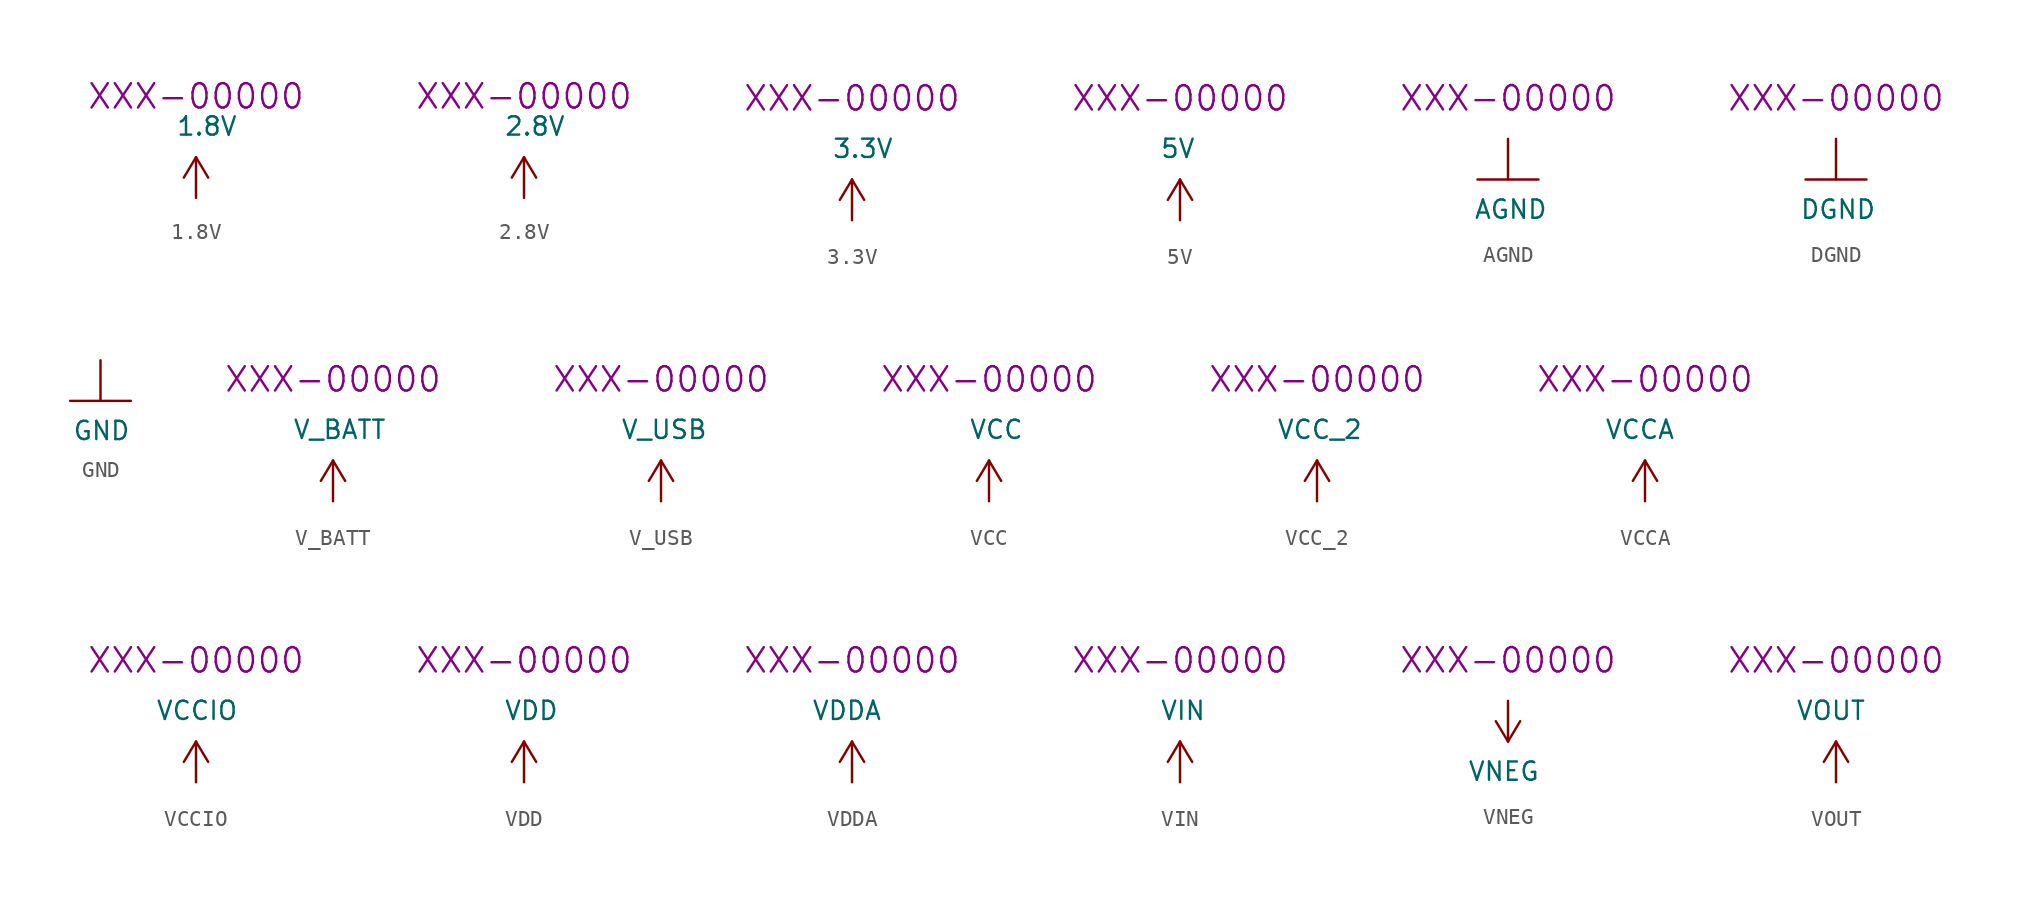
<source format=kicad_sym>
(kicad_symbol_lib
  (version 20201005)
  (generator kicad_symbol_editor)
  (symbol "1.8V"
    (power)
    (pin_numbers hide)
    (pin_names
      (offset 1.016) hide)
    (property "Reference" "#SUPPLY"
      (at 1.27 0 0)
      (effects (font (size 1.143 1.143)) (justify left bottom) hide))
    (property "Value" "1.8V"
      (at -1.27 3.81 0)
      (effects (font (size 1.143 1.143)) (justify left bottom)))
    (property "Footprint" "XXX-00000"
      (at 0 6.35 0)
      (effects (font (size 1.524 1.524))))
    (property "ki_locked" ""
      (at 0 0 0)
      (effects (font (size 1.27 1.27))))
    (symbol "1.8V_1_0"
      (polyline (pts (xy 0 0) (xy 0 2.54)) (stroke (width 0)) (fill (type none)))
      (polyline (pts (xy 0 2.54) (xy -0.762 1.27)) (stroke (width 0)) (fill (type none)))
      (polyline (pts (xy 0.762 1.27) (xy 0 2.54)) (stroke (width 0)) (fill (type none))))
    (symbol "1.8V_1_1"
      (pin power_in line (at 0 0 90) (length 0) hide (name "1.8V" (effects (font (size 1.016 1.016)))) (number "~" (effects (font (size 1.016 1.016)))))))
  (symbol "2.8V"
    (power)
    (pin_numbers hide)
    (pin_names
      (offset 1.016) hide)
    (property "Reference" "#SUPPLY"
      (at 1.27 0 0)
      (effects (font (size 1.143 1.143)) (justify left bottom) hide))
    (property "Value" "2.8V"
      (at -1.27 3.81 0)
      (effects (font (size 1.143 1.143)) (justify left bottom)))
    (property "Footprint" "XXX-00000"
      (at 0 6.35 0)
      (effects (font (size 1.524 1.524))))
    (property "ki_locked" ""
      (at 0 0 0)
      (effects (font (size 1.27 1.27))))
    (symbol "2.8V_1_0"
      (polyline (pts (xy 0 0) (xy 0 2.54)) (stroke (width 0)) (fill (type none)))
      (polyline (pts (xy 0 2.54) (xy -0.762 1.27)) (stroke (width 0)) (fill (type none)))
      (polyline (pts (xy 0.762 1.27) (xy 0 2.54)) (stroke (width 0)) (fill (type none))))
    (symbol "2.8V_1_1"
      (pin power_in line (at 0 0 90) (length 0) hide (name "2.8V" (effects (font (size 1.016 1.016)))) (number "~" (effects (font (size 1.016 1.016)))))))
  (symbol "3.3V"
    (power)
    (pin_numbers hide)
    (pin_names
      (offset 1.016) hide)
    (property "Reference" "#SUPPLY"
      (at 1.27 0 0)
      (effects (font (size 1.143 1.143)) (justify left bottom) hide))
    (property "Value" "3.3V"
      (at -1.27 3.81 0)
      (effects (font (size 1.143 1.143)) (justify left bottom)))
    (property "Footprint" "XXX-00000"
      (at 0 7.62 0)
      (effects (font (size 1.524 1.524))))
    (property "ki_locked" ""
      (at 0 0 0)
      (effects (font (size 1.27 1.27))))
    (symbol "3.3V_1_0"
      (polyline (pts (xy 0 0) (xy 0 2.54)) (stroke (width 0)) (fill (type none)))
      (polyline (pts (xy 0 2.54) (xy -0.762 1.27)) (stroke (width 0)) (fill (type none)))
      (polyline (pts (xy 0.762 1.27) (xy 0 2.54)) (stroke (width 0)) (fill (type none))))
    (symbol "3.3V_1_1"
      (pin power_in line (at 0 0 90) (length 0) hide (name "3.3V" (effects (font (size 1.016 1.016)))) (number "~" (effects (font (size 1.016 1.016)))))))
  (symbol "5V"
    (power)
    (pin_numbers hide)
    (pin_names
      (offset 1.016) hide)
    (property "Reference" "#SUPPLY"
      (at 1.27 0 0)
      (effects (font (size 1.143 1.143)) (justify left bottom) hide))
    (property "Value" "5V"
      (at -1.27 3.81 0)
      (effects (font (size 1.143 1.143)) (justify left bottom)))
    (property "Footprint" "XXX-00000"
      (at 0 7.62 0)
      (effects (font (size 1.524 1.524))))
    (property "ki_locked" ""
      (at 0 0 0)
      (effects (font (size 1.27 1.27))))
    (symbol "5V_1_0"
      (polyline (pts (xy 0 0) (xy 0 2.54)) (stroke (width 0)) (fill (type none)))
      (polyline (pts (xy 0 2.54) (xy -0.762 1.27)) (stroke (width 0)) (fill (type none)))
      (polyline (pts (xy 0.762 1.27) (xy 0 2.54)) (stroke (width 0)) (fill (type none))))
    (symbol "5V_1_1"
      (pin power_in line (at 0 0 90) (length 0) hide (name "5V" (effects (font (size 1.016 1.016)))) (number "~" (effects (font (size 1.016 1.016)))))))
  (symbol "AGND"
    (power)
    (pin_numbers hide)
    (pin_names
      (offset 1.016) hide)
    (property "Reference" "#M"
      (at 1.27 -1.27 0)
      (effects (font (size 1.143 1.143)) (justify left bottom) hide))
    (property "Value" "AGND"
      (at -2.159 -5.08 0)
      (effects (font (size 1.143 1.143)) (justify left bottom)))
    (property "Footprint" "XXX-00000"
      (at 0 2.54 0)
      (effects (font (size 1.524 1.524))))
    (property "ki_locked" ""
      (at 0 0 0)
      (effects (font (size 1.27 1.27))))
    (symbol "AGND_1_0"
      (polyline (pts (xy -1.905 -2.54) (xy 1.905 -2.54)) (stroke (width 0)) (fill (type none)))
      (polyline (pts (xy 0 0) (xy 0 -2.54)) (stroke (width 0)) (fill (type none))))
    (symbol "AGND_1_1"
      (pin power_in line (at 0 0 270) (length 0) hide (name "AGND" (effects (font (size 1.016 1.016)))) (number "~" (effects (font (size 1.016 1.016)))))))
  (symbol "DGND"
    (power)
    (pin_numbers hide)
    (pin_names
      (offset 1.016) hide)
    (property "Reference" "#GND"
      (at 1.27 -1.27 0)
      (effects (font (size 1.143 1.143)) (justify left bottom) hide))
    (property "Value" "DGND"
      (at -2.286 -5.08 0)
      (effects (font (size 1.143 1.143)) (justify left bottom)))
    (property "Footprint" "XXX-00000"
      (at 0 2.54 0)
      (effects (font (size 1.524 1.524))))
    (property "ki_locked" ""
      (at 0 0 0)
      (effects (font (size 1.27 1.27))))
    (symbol "DGND_1_0"
      (polyline (pts (xy -1.905 -2.54) (xy 1.905 -2.54)) (stroke (width 0)) (fill (type none)))
      (polyline (pts (xy 0 0) (xy 0 -2.54)) (stroke (width 0)) (fill (type none))))
    (symbol "DGND_1_1"
      (pin power_in line (at 0 0 270) (length 0) hide (name "GND" (effects (font (size 1.016 1.016)))) (number "~" (effects (font (size 1.016 1.016)))))))
  (symbol "GND"
    (power)
    (pin_numbers hide)
    (pin_names
      (offset 1.016) hide)
    (property "Reference" "#GND"
      (at 1.27 -1.27 0)
      (effects (font (size 1.143 1.143)) (justify left bottom) hide))
    (property "Value" "GND"
      (at -1.778 -5.08 0)
      (effects (font (size 1.143 1.143)) (justify left bottom)))
    (property "ki_locked" ""
      (at 0 0 0)
      (effects (font (size 1.27 1.27))))
    (symbol "GND_1_0"
      (polyline (pts (xy -1.905 -2.54) (xy 1.905 -2.54)) (stroke (width 0)) (fill (type none)))
      (polyline (pts (xy 0 0) (xy 0 -2.54)) (stroke (width 0)) (fill (type none))))
    (symbol "GND_1_1"
      (pin power_in line (at 0 0 270) (length 0) hide (name "GND" (effects (font (size 1.016 1.016)))) (number "~" (effects (font (size 1.016 1.016)))))))
  (symbol "V_BATT"
    (power)
    (pin_numbers hide)
    (pin_names
      (offset 1.016) hide)
    (property "Reference" "#SUPPLY"
      (at 1.27 0 0)
      (effects (font (size 1.143 1.143)) (justify left bottom) hide))
    (property "Value" "V_BATT"
      (at -2.54 3.81 0)
      (effects (font (size 1.143 1.143)) (justify left bottom)))
    (property "Footprint" "XXX-00000"
      (at 0 7.62 0)
      (effects (font (size 1.524 1.524))))
    (property "ki_locked" ""
      (at 0 0 0)
      (effects (font (size 1.27 1.27))))
    (symbol "V_BATT_1_0"
      (polyline (pts (xy 0 0) (xy 0 2.54)) (stroke (width 0)) (fill (type none)))
      (polyline (pts (xy 0 2.54) (xy -0.762 1.27)) (stroke (width 0)) (fill (type none)))
      (polyline (pts (xy 0.762 1.27) (xy 0 2.54)) (stroke (width 0)) (fill (type none))))
    (symbol "V_BATT_1_1"
      (pin power_in line (at 0 0 90) (length 0) hide (name "V_BATT" (effects (font (size 1.016 1.016)))) (number "~" (effects (font (size 1.016 1.016)))))))
  (symbol "V_USB"
    (power)
    (pin_numbers hide)
    (pin_names
      (offset 1.016) hide)
    (property "Reference" "#SUPPLY"
      (at 1.27 0 0)
      (effects (font (size 1.143 1.143)) (justify left bottom) hide))
    (property "Value" "V_USB"
      (at -2.54 3.81 0)
      (effects (font (size 1.143 1.143)) (justify left bottom)))
    (property "Footprint" "XXX-00000"
      (at 0 7.62 0)
      (effects (font (size 1.524 1.524))))
    (property "ki_locked" ""
      (at 0 0 0)
      (effects (font (size 1.27 1.27))))
    (symbol "V_USB_1_0"
      (polyline (pts (xy 0 0) (xy 0 2.54)) (stroke (width 0)) (fill (type none)))
      (polyline (pts (xy 0 2.54) (xy -0.762 1.27)) (stroke (width 0)) (fill (type none)))
      (polyline (pts (xy 0.762 1.27) (xy 0 2.54)) (stroke (width 0)) (fill (type none))))
    (symbol "V_USB_1_1"
      (pin power_in line (at 0 0 90) (length 0) hide (name "V_USB" (effects (font (size 1.016 1.016)))) (number "~" (effects (font (size 1.016 1.016)))))))
  (symbol "VCC"
    (power)
    (pin_numbers hide)
    (pin_names
      (offset 1.016) hide)
    (property "Reference" "#SUPPLY"
      (at 1.27 0 0)
      (effects (font (size 1.143 1.143)) (justify left bottom) hide))
    (property "Value" "VCC"
      (at -1.27 3.81 0)
      (effects (font (size 1.143 1.143)) (justify left bottom)))
    (property "Footprint" "XXX-00000"
      (at 0 7.62 0)
      (effects (font (size 1.524 1.524))))
    (property "ki_locked" ""
      (at 0 0 0)
      (effects (font (size 1.27 1.27))))
    (symbol "VCC_1_0"
      (polyline (pts (xy 0 0) (xy 0 2.54)) (stroke (width 0)) (fill (type none)))
      (polyline (pts (xy 0 2.54) (xy -0.762 1.27)) (stroke (width 0)) (fill (type none)))
      (polyline (pts (xy 0.762 1.27) (xy 0 2.54)) (stroke (width 0)) (fill (type none))))
    (symbol "VCC_1_1"
      (pin power_in line (at 0 0 90) (length 0) hide (name "VCC" (effects (font (size 1.016 1.016)))) (number "~" (effects (font (size 1.016 1.016)))))))
  (symbol "VCC_2"
    (power)
    (pin_numbers hide)
    (pin_names
      (offset 1.016) hide)
    (property "Reference" "#SUPPLY"
      (at 1.27 0 0)
      (effects (font (size 1.143 1.143)) (justify left bottom) hide))
    (property "Value" "VCC_2"
      (at -2.54 3.81 0)
      (effects (font (size 1.143 1.143)) (justify left bottom)))
    (property "Footprint" "XXX-00000"
      (at 0 7.62 0)
      (effects (font (size 1.524 1.524))))
    (property "ki_locked" ""
      (at 0 0 0)
      (effects (font (size 1.27 1.27))))
    (symbol "VCC_2_1_0"
      (polyline (pts (xy 0 0) (xy 0 2.54)) (stroke (width 0)) (fill (type none)))
      (polyline (pts (xy 0 2.54) (xy -0.762 1.27)) (stroke (width 0)) (fill (type none)))
      (polyline (pts (xy 0.762 1.27) (xy 0 2.54)) (stroke (width 0)) (fill (type none))))
    (symbol "VCC_2_1_1"
      (pin power_in line (at 0 0 90) (length 0) hide (name "VCC_2" (effects (font (size 1.016 1.016)))) (number "~" (effects (font (size 1.016 1.016)))))))
  (symbol "VCCA"
    (power)
    (pin_numbers hide)
    (pin_names
      (offset 1.016) hide)
    (property "Reference" "#M"
      (at 1.27 0 0)
      (effects (font (size 1.143 1.143)) (justify left bottom) hide))
    (property "Value" "VCCA"
      (at -2.54 3.81 0)
      (effects (font (size 1.143 1.143)) (justify left bottom)))
    (property "Footprint" "XXX-00000"
      (at 0 7.62 0)
      (effects (font (size 1.524 1.524))))
    (property "ki_locked" ""
      (at 0 0 0)
      (effects (font (size 1.27 1.27))))
    (symbol "VCCA_1_0"
      (polyline (pts (xy 0 0) (xy 0 2.54)) (stroke (width 0)) (fill (type none)))
      (polyline (pts (xy 0 2.54) (xy -0.762 1.27)) (stroke (width 0)) (fill (type none)))
      (polyline (pts (xy 0.762 1.27) (xy 0 2.54)) (stroke (width 0)) (fill (type none))))
    (symbol "VCCA_1_1"
      (pin power_in line (at 0 0 90) (length 0) hide (name "VCCA" (effects (font (size 1.016 1.016)))) (number "~" (effects (font (size 1.016 1.016)))))))
  (symbol "VCCIO"
    (power)
    (pin_numbers hide)
    (pin_names
      (offset 1.016) hide)
    (property "Reference" "#SUPPLY"
      (at 1.27 0 0)
      (effects (font (size 1.143 1.143)) (justify left bottom) hide))
    (property "Value" "VCCIO"
      (at -2.54 3.81 0)
      (effects (font (size 1.143 1.143)) (justify left bottom)))
    (property "Footprint" "XXX-00000"
      (at 0 7.62 0)
      (effects (font (size 1.524 1.524))))
    (property "ki_locked" ""
      (at 0 0 0)
      (effects (font (size 1.27 1.27))))
    (symbol "VCCIO_1_0"
      (polyline (pts (xy 0 0) (xy 0 2.54)) (stroke (width 0)) (fill (type none)))
      (polyline (pts (xy 0 2.54) (xy -0.762 1.27)) (stroke (width 0)) (fill (type none)))
      (polyline (pts (xy 0.762 1.27) (xy 0 2.54)) (stroke (width 0)) (fill (type none))))
    (symbol "VCCIO_1_1"
      (pin power_in line (at 0 0 90) (length 0) hide (name "VCCIO" (effects (font (size 1.016 1.016)))) (number "~" (effects (font (size 1.016 1.016)))))))
  (symbol "VDD"
    (power)
    (pin_numbers hide)
    (pin_names
      (offset 1.016) hide)
    (property "Reference" "#SUPPLY"
      (at 1.27 0 0)
      (effects (font (size 1.143 1.143)) (justify left bottom) hide))
    (property "Value" "VDD"
      (at -1.27 3.81 0)
      (effects (font (size 1.143 1.143)) (justify left bottom)))
    (property "Footprint" "XXX-00000"
      (at 0 7.62 0)
      (effects (font (size 1.524 1.524))))
    (property "ki_locked" ""
      (at 0 0 0)
      (effects (font (size 1.27 1.27))))
    (symbol "VDD_1_0"
      (polyline (pts (xy 0 0) (xy 0 2.54)) (stroke (width 0)) (fill (type none)))
      (polyline (pts (xy 0 2.54) (xy -0.762 1.27)) (stroke (width 0)) (fill (type none)))
      (polyline (pts (xy 0.762 1.27) (xy 0 2.54)) (stroke (width 0)) (fill (type none))))
    (symbol "VDD_1_1"
      (pin power_in line (at 0 0 90) (length 0) hide (name "VDD" (effects (font (size 1.016 1.016)))) (number "~" (effects (font (size 1.016 1.016)))))))
  (symbol "VDDA"
    (power)
    (pin_numbers hide)
    (pin_names
      (offset 1.016) hide)
    (property "Reference" "#M"
      (at 1.27 0 0)
      (effects (font (size 1.143 1.143)) (justify left bottom) hide))
    (property "Value" "VDDA"
      (at -2.54 3.81 0)
      (effects (font (size 1.143 1.143)) (justify left bottom)))
    (property "Footprint" "XXX-00000"
      (at 0 7.62 0)
      (effects (font (size 1.524 1.524))))
    (property "ki_locked" ""
      (at 0 0 0)
      (effects (font (size 1.27 1.27))))
    (symbol "VDDA_1_0"
      (polyline (pts (xy 0 0) (xy 0 2.54)) (stroke (width 0)) (fill (type none)))
      (polyline (pts (xy 0 2.54) (xy -0.762 1.27)) (stroke (width 0)) (fill (type none)))
      (polyline (pts (xy 0.762 1.27) (xy 0 2.54)) (stroke (width 0)) (fill (type none))))
    (symbol "VDDA_1_1"
      (pin power_in line (at 0 0 90) (length 0) hide (name "VDDA" (effects (font (size 1.016 1.016)))) (number "~" (effects (font (size 1.016 1.016)))))))
  (symbol "VIN"
    (power)
    (pin_numbers hide)
    (pin_names
      (offset 1.016) hide)
    (property "Reference" "#SUPPLY"
      (at 1.27 0 0)
      (effects (font (size 1.143 1.143)) (justify left bottom) hide))
    (property "Value" "VIN"
      (at -1.27 3.81 0)
      (effects (font (size 1.143 1.143)) (justify left bottom)))
    (property "Footprint" "XXX-00000"
      (at 0 7.62 0)
      (effects (font (size 1.524 1.524))))
    (property "ki_locked" ""
      (at 0 0 0)
      (effects (font (size 1.27 1.27))))
    (symbol "VIN_1_0"
      (polyline (pts (xy 0 0) (xy 0 2.54)) (stroke (width 0)) (fill (type none)))
      (polyline (pts (xy 0 2.54) (xy -0.762 1.27)) (stroke (width 0)) (fill (type none)))
      (polyline (pts (xy 0.762 1.27) (xy 0 2.54)) (stroke (width 0)) (fill (type none))))
    (symbol "VIN_1_1"
      (pin power_in line (at 0 0 90) (length 0) hide (name "VIN" (effects (font (size 1.016 1.016)))) (number "~" (effects (font (size 1.016 1.016)))))))
  (symbol "VNEG"
    (power)
    (pin_numbers hide)
    (pin_names
      (offset 1.016) hide)
    (property "Reference" "#SUPPLY"
      (at 1.27 -1.27 0)
      (effects (font (size 1.143 1.143)) (justify left bottom) hide))
    (property "Value" "VNEG"
      (at -2.54 -5.08 0)
      (effects (font (size 1.143 1.143)) (justify left bottom)))
    (property "Footprint" "XXX-00000"
      (at 0 2.54 0)
      (effects (font (size 1.524 1.524))))
    (property "ki_locked" ""
      (at 0 0 0)
      (effects (font (size 1.27 1.27))))
    (symbol "VNEG_1_0"
      (polyline (pts (xy 0 -2.54) (xy -0.762 -1.27)) (stroke (width 0)) (fill (type none)))
      (polyline (pts (xy 0 0) (xy 0 -2.54)) (stroke (width 0)) (fill (type none)))
      (polyline (pts (xy 0.762 -1.27) (xy 0 -2.54)) (stroke (width 0)) (fill (type none))))
    (symbol "VNEG_1_1"
      (pin power_in line (at 0 0 270) (length 0) hide (name "VNEG" (effects (font (size 1.016 1.016)))) (number "~" (effects (font (size 1.016 1.016)))))))
  (symbol "VOUT"
    (power)
    (pin_numbers hide)
    (pin_names
      (offset 1.016) hide)
    (property "Reference" "#SUPPLY"
      (at 1.27 0 0)
      (effects (font (size 1.143 1.143)) (justify left bottom) hide))
    (property "Value" "VOUT"
      (at -2.54 3.81 0)
      (effects (font (size 1.143 1.143)) (justify left bottom)))
    (property "Footprint" "XXX-00000"
      (at 0 7.62 0)
      (effects (font (size 1.524 1.524))))
    (property "ki_locked" ""
      (at 0 0 0)
      (effects (font (size 1.27 1.27))))
    (symbol "VOUT_1_0"
      (polyline (pts (xy 0 0) (xy 0 2.54)) (stroke (width 0)) (fill (type none)))
      (polyline (pts (xy 0 2.54) (xy -0.762 1.27)) (stroke (width 0)) (fill (type none)))
      (polyline (pts (xy 0.762 1.27) (xy 0 2.54)) (stroke (width 0)) (fill (type none))))
    (symbol "VOUT_1_1"
      (pin power_in line (at 0 0 90) (length 0) hide (name "VOUT" (effects (font (size 1.016 1.016)))) (number "~" (effects (font (size 1.016 1.016))))))))
</source>
